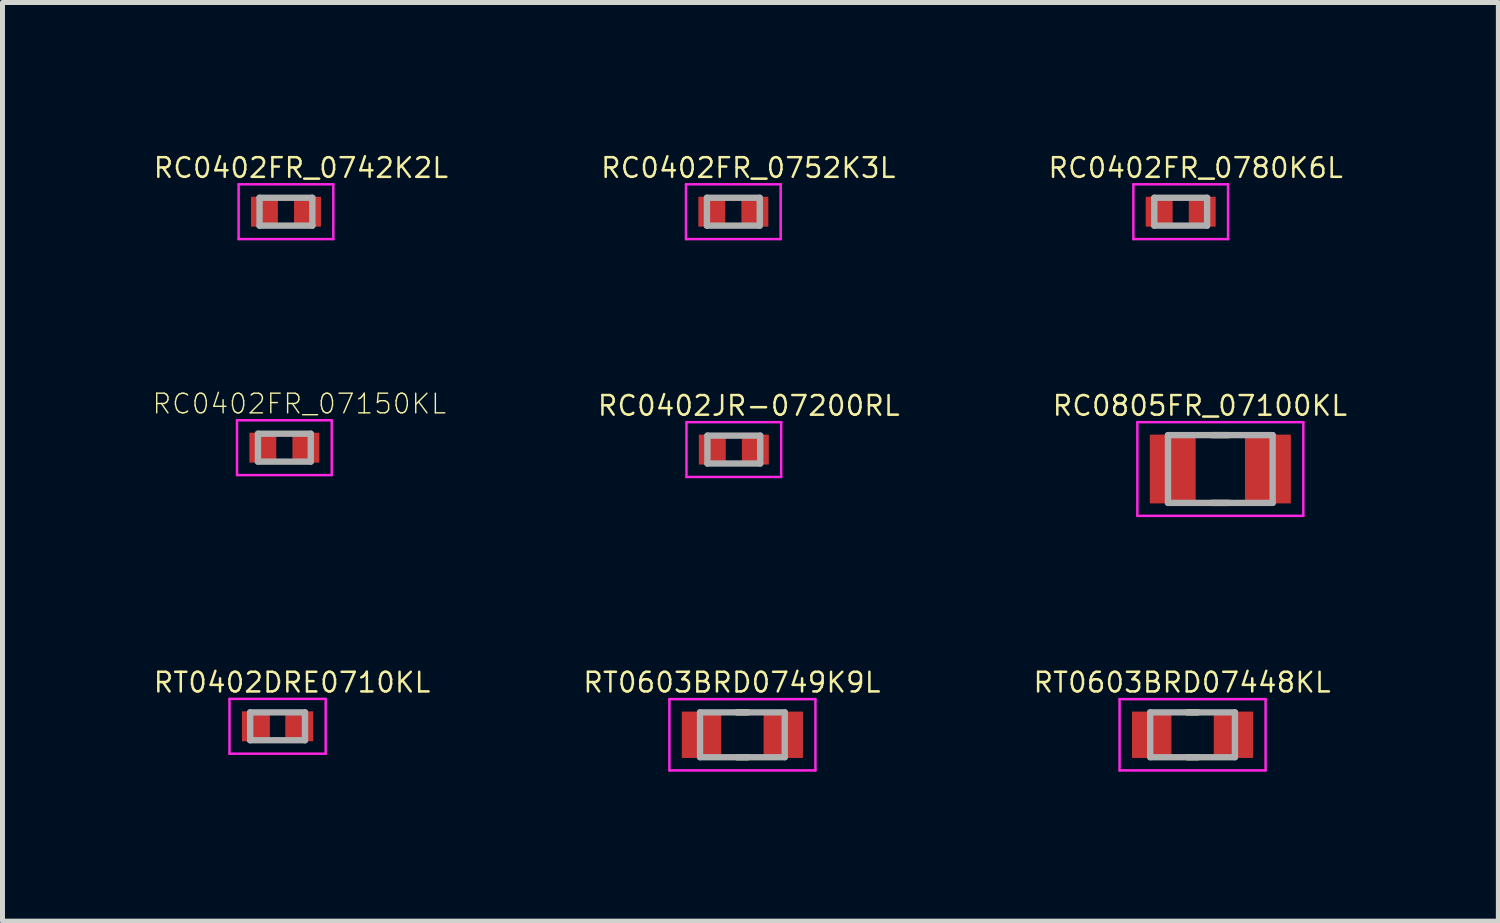
<source format=kicad_pcb>
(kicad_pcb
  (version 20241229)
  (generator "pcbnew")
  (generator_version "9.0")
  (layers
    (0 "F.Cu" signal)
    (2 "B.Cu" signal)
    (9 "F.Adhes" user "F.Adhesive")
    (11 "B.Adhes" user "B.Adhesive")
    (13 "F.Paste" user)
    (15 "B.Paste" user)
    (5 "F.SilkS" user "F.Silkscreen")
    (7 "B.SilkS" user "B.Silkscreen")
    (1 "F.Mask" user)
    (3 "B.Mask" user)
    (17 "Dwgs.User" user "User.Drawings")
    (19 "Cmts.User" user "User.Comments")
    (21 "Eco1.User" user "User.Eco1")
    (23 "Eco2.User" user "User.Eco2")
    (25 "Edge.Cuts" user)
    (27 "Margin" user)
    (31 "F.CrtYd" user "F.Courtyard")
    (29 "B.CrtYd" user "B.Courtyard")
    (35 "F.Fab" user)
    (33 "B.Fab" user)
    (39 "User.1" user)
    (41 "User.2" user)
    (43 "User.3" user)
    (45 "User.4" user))
  (footprint "RT0603BRD0749K9L"
    (layer "F.Cu")
    (at 11.847 11.694)
    (property "Reference" "RT0603BRD0749K9L" (at -0.21 -1.05 0) (layer "F.SilkS") (effects (font (size 0.394 0.394) (thickness 0.05))))
    (attr smd)
    (fp_line (start -0.11 -0.45) (end 0.11 -0.45) (stroke (width 0.127) (type solid)) (layer "F.SilkS"))
    (fp_line (start -0.11 0.45) (end 0.11 0.45) (stroke (width 0.127) (type solid)) (layer "F.SilkS"))
    (fp_line (start -1.465 -0.715) (end 1.465 -0.715) (stroke (width 0.05) (type solid)) (layer "F.CrtYd"))
    (fp_line (start -1.465 0.715) (end -1.465 -0.715) (stroke (width 0.05) (type solid)) (layer "F.CrtYd"))
    (fp_line (start -1.465 0.715) (end 1.465 0.715) (stroke (width 0.05) (type solid)) (layer "F.CrtYd"))
    (fp_line (start 1.465 0.715) (end 1.465 -0.715) (stroke (width 0.05) (type solid)) (layer "F.CrtYd"))
    (fp_line (start -0.85 0.45) (end -0.85 -0.45) (stroke (width 0.127) (type solid)) (layer "F.Fab"))
    (fp_line (start 0.85 -0.45) (end -0.85 -0.45) (stroke (width 0.127) (type solid)) (layer "F.Fab"))
    (fp_line (start 0.85 0.45) (end -0.85 0.45) (stroke (width 0.127) (type solid)) (layer "F.Fab"))
    (fp_line (start 0.85 0.45) (end 0.85 -0.45) (stroke (width 0.127) (type solid)) (layer "F.Fab"))
    (pad "1" smd rect (at -0.82 0) (size 0.79 0.93) (layers "F.Cu" "F.Mask" "F.Paste"))
    (pad "2" smd rect (at 0.82 0) (size 0.79 0.93) (layers "F.Cu" "F.Mask" "F.Paste")))
  (footprint "RC0402FR_07150KL"
    (layer "F.Cu")
    (at 2.656 5.933)
    (property "Reference" "RC0402FR_07150KL" (at 0.3 -0.88 0) (layer "F.SilkS") (effects (font (size 0.394 0.394) (thickness 0.028))))
    (attr smd)
    (fp_line (start -0.95 -0.55) (end 0.95 -0.55) (stroke (width 0.05) (type solid)) (layer "F.CrtYd"))
    (fp_line (start -0.95 0.55) (end -0.95 -0.55) (stroke (width 0.05) (type solid)) (layer "F.CrtYd"))
    (fp_line (start -0.95 0.55) (end 0.95 0.55) (stroke (width 0.05) (type solid)) (layer "F.CrtYd"))
    (fp_line (start 0.95 0.55) (end 0.95 -0.55) (stroke (width 0.05) (type solid)) (layer "F.CrtYd"))
    (fp_line (start -0.53 0.28) (end -0.53 -0.28) (stroke (width 0.127) (type solid)) (layer "F.Fab"))
    (fp_line (start 0.53 -0.28) (end -0.53 -0.28) (stroke (width 0.127) (type solid)) (layer "F.Fab"))
    (fp_line (start 0.53 0.28) (end -0.53 0.28) (stroke (width 0.127) (type solid)) (layer "F.Fab"))
    (fp_line (start 0.53 0.28) (end 0.53 -0.28) (stroke (width 0.127) (type solid)) (layer "F.Fab"))
    (pad "1" smd rect (at -0.432 0) (size 0.54 0.6) (layers "F.Cu" "F.Mask" "F.Paste"))
    (pad "2" smd rect (at 0.432 0) (size 0.54 0.6) (layers "F.Cu" "F.Mask" "F.Paste")))
  (footprint "RC0402JR-07200RL"
    (layer "F.Cu")
    (at 11.675 5.971)
    (property "Reference" "RC0402JR-07200RL" (at 0.3 -0.88 0) (layer "F.SilkS") (effects (font (size 0.394 0.394) (thickness 0.05))))
    (attr smd)
    (fp_line (start -0.95 -0.55) (end 0.95 -0.55) (stroke (width 0.05) (type solid)) (layer "F.CrtYd"))
    (fp_line (start -0.95 0.55) (end -0.95 -0.55) (stroke (width 0.05) (type solid)) (layer "F.CrtYd"))
    (fp_line (start -0.95 0.55) (end 0.95 0.55) (stroke (width 0.05) (type solid)) (layer "F.CrtYd"))
    (fp_line (start 0.95 0.55) (end 0.95 -0.55) (stroke (width 0.05) (type solid)) (layer "F.CrtYd"))
    (fp_line (start -0.53 0.28) (end -0.53 -0.28) (stroke (width 0.127) (type solid)) (layer "F.Fab"))
    (fp_line (start 0.53 -0.28) (end -0.53 -0.28) (stroke (width 0.127) (type solid)) (layer "F.Fab"))
    (fp_line (start 0.53 0.28) (end -0.53 0.28) (stroke (width 0.127) (type solid)) (layer "F.Fab"))
    (fp_line (start 0.53 0.28) (end 0.53 -0.28) (stroke (width 0.127) (type solid)) (layer "F.Fab"))
    (pad "1" smd rect (at -0.432 0) (size 0.54 0.6) (layers "F.Cu" "F.Mask" "F.Paste"))
    (pad "2" smd rect (at 0.432 0) (size 0.54 0.6) (layers "F.Cu" "F.Mask" "F.Paste")))
  (footprint "RC0402FR_0742K2L"
    (layer "F.Cu")
    (at 2.688 1.198)
    (property "Reference" "RC0402FR_0742K2L" (at 0.3 -0.88 0) (layer "F.SilkS") (effects (font (size 0.394 0.394) (thickness 0.05))))
    (attr smd)
    (fp_line (start -0.95 -0.55) (end 0.95 -0.55) (stroke (width 0.05) (type solid)) (layer "F.CrtYd"))
    (fp_line (start -0.95 0.55) (end -0.95 -0.55) (stroke (width 0.05) (type solid)) (layer "F.CrtYd"))
    (fp_line (start -0.95 0.55) (end 0.95 0.55) (stroke (width 0.05) (type solid)) (layer "F.CrtYd"))
    (fp_line (start 0.95 0.55) (end 0.95 -0.55) (stroke (width 0.05) (type solid)) (layer "F.CrtYd"))
    (fp_line (start -0.53 0.28) (end -0.53 -0.28) (stroke (width 0.127) (type solid)) (layer "F.Fab"))
    (fp_line (start 0.53 -0.28) (end -0.53 -0.28) (stroke (width 0.127) (type solid)) (layer "F.Fab"))
    (fp_line (start 0.53 0.28) (end -0.53 0.28) (stroke (width 0.127) (type solid)) (layer "F.Fab"))
    (fp_line (start 0.53 0.28) (end 0.53 -0.28) (stroke (width 0.127) (type solid)) (layer "F.Fab"))
    (pad "1" smd rect (at -0.432 0) (size 0.54 0.6) (layers "F.Cu" "F.Mask" "F.Paste"))
    (pad "2" smd rect (at 0.432 0) (size 0.54 0.6) (layers "F.Cu" "F.Mask" "F.Paste")))
  (footprint "RC0402FR_0752K3L"
    (layer "F.Cu")
    (at 11.665 1.198)
    (property "Reference" "RC0402FR_0752K3L" (at 0.3 -0.88 0) (layer "F.SilkS") (effects (font (size 0.394 0.394) (thickness 0.05))))
    (attr smd)
    (fp_line (start -0.95 -0.55) (end 0.95 -0.55) (stroke (width 0.05) (type solid)) (layer "F.CrtYd"))
    (fp_line (start -0.95 0.55) (end -0.95 -0.55) (stroke (width 0.05) (type solid)) (layer "F.CrtYd"))
    (fp_line (start -0.95 0.55) (end 0.95 0.55) (stroke (width 0.05) (type solid)) (layer "F.CrtYd"))
    (fp_line (start 0.95 0.55) (end 0.95 -0.55) (stroke (width 0.05) (type solid)) (layer "F.CrtYd"))
    (fp_line (start -0.53 0.28) (end -0.53 -0.28) (stroke (width 0.127) (type solid)) (layer "F.Fab"))
    (fp_line (start 0.53 -0.28) (end -0.53 -0.28) (stroke (width 0.127) (type solid)) (layer "F.Fab"))
    (fp_line (start 0.53 0.28) (end -0.53 0.28) (stroke (width 0.127) (type solid)) (layer "F.Fab"))
    (fp_line (start 0.53 0.28) (end 0.53 -0.28) (stroke (width 0.127) (type solid)) (layer "F.Fab"))
    (pad "1" smd rect (at -0.432 0) (size 0.54 0.6) (layers "F.Cu" "F.Mask" "F.Paste"))
    (pad "2" smd rect (at 0.432 0) (size 0.54 0.6) (layers "F.Cu" "F.Mask" "F.Paste")))
  (footprint "RT0603BRD07448KL"
    (layer "F.Cu")
    (at 20.88 11.694)
    (property "Reference" "RT0603BRD07448KL" (at -0.21 -1.05 0) (layer "F.SilkS") (effects (font (size 0.394 0.394) (thickness 0.05))))
    (attr smd)
    (fp_line (start -0.11 -0.45) (end 0.11 -0.45) (stroke (width 0.127) (type solid)) (layer "F.SilkS"))
    (fp_line (start -0.11 0.45) (end 0.11 0.45) (stroke (width 0.127) (type solid)) (layer "F.SilkS"))
    (fp_line (start -1.465 -0.715) (end 1.465 -0.715) (stroke (width 0.05) (type solid)) (layer "F.CrtYd"))
    (fp_line (start -1.465 0.715) (end -1.465 -0.715) (stroke (width 0.05) (type solid)) (layer "F.CrtYd"))
    (fp_line (start -1.465 0.715) (end 1.465 0.715) (stroke (width 0.05) (type solid)) (layer "F.CrtYd"))
    (fp_line (start 1.465 0.715) (end 1.465 -0.715) (stroke (width 0.05) (type solid)) (layer "F.CrtYd"))
    (fp_line (start -0.85 0.45) (end -0.85 -0.45) (stroke (width 0.127) (type solid)) (layer "F.Fab"))
    (fp_line (start 0.85 -0.45) (end -0.85 -0.45) (stroke (width 0.127) (type solid)) (layer "F.Fab"))
    (fp_line (start 0.85 0.45) (end -0.85 0.45) (stroke (width 0.127) (type solid)) (layer "F.Fab"))
    (fp_line (start 0.85 0.45) (end 0.85 -0.45) (stroke (width 0.127) (type solid)) (layer "F.Fab"))
    (pad "1" smd rect (at -0.82 0) (size 0.79 0.93) (layers "F.Cu" "F.Mask" "F.Paste"))
    (pad "2" smd rect (at 0.82 0) (size 0.79 0.93) (layers "F.Cu" "F.Mask" "F.Paste")))
  (footprint "RC0402FR_0780K6L"
    (layer "F.Cu")
    (at 20.642 1.198)
    (property "Reference" "RC0402FR_0780K6L" (at 0.3 -0.88 0) (layer "F.SilkS") (effects (font (size 0.394 0.394) (thickness 0.05))))
    (attr smd)
    (fp_line (start -0.95 -0.55) (end 0.95 -0.55) (stroke (width 0.05) (type solid)) (layer "F.CrtYd"))
    (fp_line (start -0.95 0.55) (end -0.95 -0.55) (stroke (width 0.05) (type solid)) (layer "F.CrtYd"))
    (fp_line (start -0.95 0.55) (end 0.95 0.55) (stroke (width 0.05) (type solid)) (layer "F.CrtYd"))
    (fp_line (start 0.95 0.55) (end 0.95 -0.55) (stroke (width 0.05) (type solid)) (layer "F.CrtYd"))
    (fp_line (start -0.53 0.28) (end -0.53 -0.28) (stroke (width 0.127) (type solid)) (layer "F.Fab"))
    (fp_line (start 0.53 -0.28) (end -0.53 -0.28) (stroke (width 0.127) (type solid)) (layer "F.Fab"))
    (fp_line (start 0.53 0.28) (end -0.53 0.28) (stroke (width 0.127) (type solid)) (layer "F.Fab"))
    (fp_line (start 0.53 0.28) (end 0.53 -0.28) (stroke (width 0.127) (type solid)) (layer "F.Fab"))
    (pad "1" smd rect (at -0.432 0) (size 0.54 0.6) (layers "F.Cu" "F.Mask" "F.Paste"))
    (pad "2" smd rect (at 0.432 0) (size 0.54 0.6) (layers "F.Cu" "F.Mask" "F.Paste")))
  (footprint "RT0402DRE0710KL"
    (layer "F.Cu")
    (at 2.52 11.524)
    (property "Reference" "RT0402DRE0710KL" (at 0.29 -0.88 0) (layer "F.SilkS") (effects (font (size 0.394 0.394) (thickness 0.05))))
    (attr smd)
    (fp_line (start -0.965 -0.55) (end 0.965 -0.55) (stroke (width 0.05) (type solid)) (layer "F.CrtYd"))
    (fp_line (start -0.965 0.55) (end -0.965 -0.55) (stroke (width 0.05) (type solid)) (layer "F.CrtYd"))
    (fp_line (start -0.965 0.55) (end 0.965 0.55) (stroke (width 0.05) (type solid)) (layer "F.CrtYd"))
    (fp_line (start 0.965 0.55) (end 0.965 -0.55) (stroke (width 0.05) (type solid)) (layer "F.CrtYd"))
    (fp_line (start -0.55 0.28) (end -0.55 -0.28) (stroke (width 0.127) (type solid)) (layer "F.Fab"))
    (fp_line (start 0.55 -0.28) (end -0.55 -0.28) (stroke (width 0.127) (type solid)) (layer "F.Fab"))
    (fp_line (start 0.55 0.28) (end -0.55 0.28) (stroke (width 0.127) (type solid)) (layer "F.Fab"))
    (fp_line (start 0.55 0.28) (end 0.55 -0.28) (stroke (width 0.127) (type solid)) (layer "F.Fab"))
    (pad "1" smd rect (at -0.435 0) (size 0.56 0.6) (layers "F.Cu" "F.Mask" "F.Paste"))
    (pad "2" smd rect (at 0.435 0) (size 0.56 0.6) (layers "F.Cu" "F.Mask" "F.Paste")))
  (footprint "RC0805FR_07100KL"
    (layer "F.Cu")
    (at 21.437 6.361)
    (property "Reference" "RC0805FR_07100KL" (at -0.41 -1.27 0) (layer "F.SilkS") (effects (font (size 0.394 0.394) (thickness 0.05))))
    (attr smd)
    (fp_line (start -0.17 -0.68) (end 0.17 -0.68) (stroke (width 0.127) (type solid)) (layer "F.SilkS"))
    (fp_line (start -0.17 0.68) (end 0.17 0.68) (stroke (width 0.127) (type solid)) (layer "F.SilkS"))
    (fp_line (start -1.665 -0.94) (end 1.665 -0.94) (stroke (width 0.05) (type solid)) (layer "F.CrtYd"))
    (fp_line (start -1.665 0.94) (end -1.665 -0.94) (stroke (width 0.05) (type solid)) (layer "F.CrtYd"))
    (fp_line (start -1.665 0.94) (end 1.665 0.94) (stroke (width 0.05) (type solid)) (layer "F.CrtYd"))
    (fp_line (start 1.665 0.94) (end 1.665 -0.94) (stroke (width 0.05) (type solid)) (layer "F.CrtYd"))
    (fp_line (start -1.05 0.68) (end -1.05 -0.68) (stroke (width 0.127) (type solid)) (layer "F.Fab"))
    (fp_line (start 1.05 -0.68) (end -1.05 -0.68) (stroke (width 0.127) (type solid)) (layer "F.Fab"))
    (fp_line (start 1.05 0.68) (end -1.05 0.68) (stroke (width 0.127) (type solid)) (layer "F.Fab"))
    (fp_line (start 1.05 0.68) (end 1.05 -0.68) (stroke (width 0.127) (type solid)) (layer "F.Fab"))
    (pad "1" smd rect (at -0.955 0) (size 0.92 1.38) (layers "F.Cu" "F.Mask" "F.Paste"))
    (pad "2" smd rect (at 0.955 0) (size 0.92 1.38) (layers "F.Cu" "F.Mask" "F.Paste")))
  (gr_rect
    (start -3 -3)
    (end 27.016 15.434)
    (stroke (width 0.1) (type default))
    (fill no)
    (layer "Edge.Cuts")))
</source>
